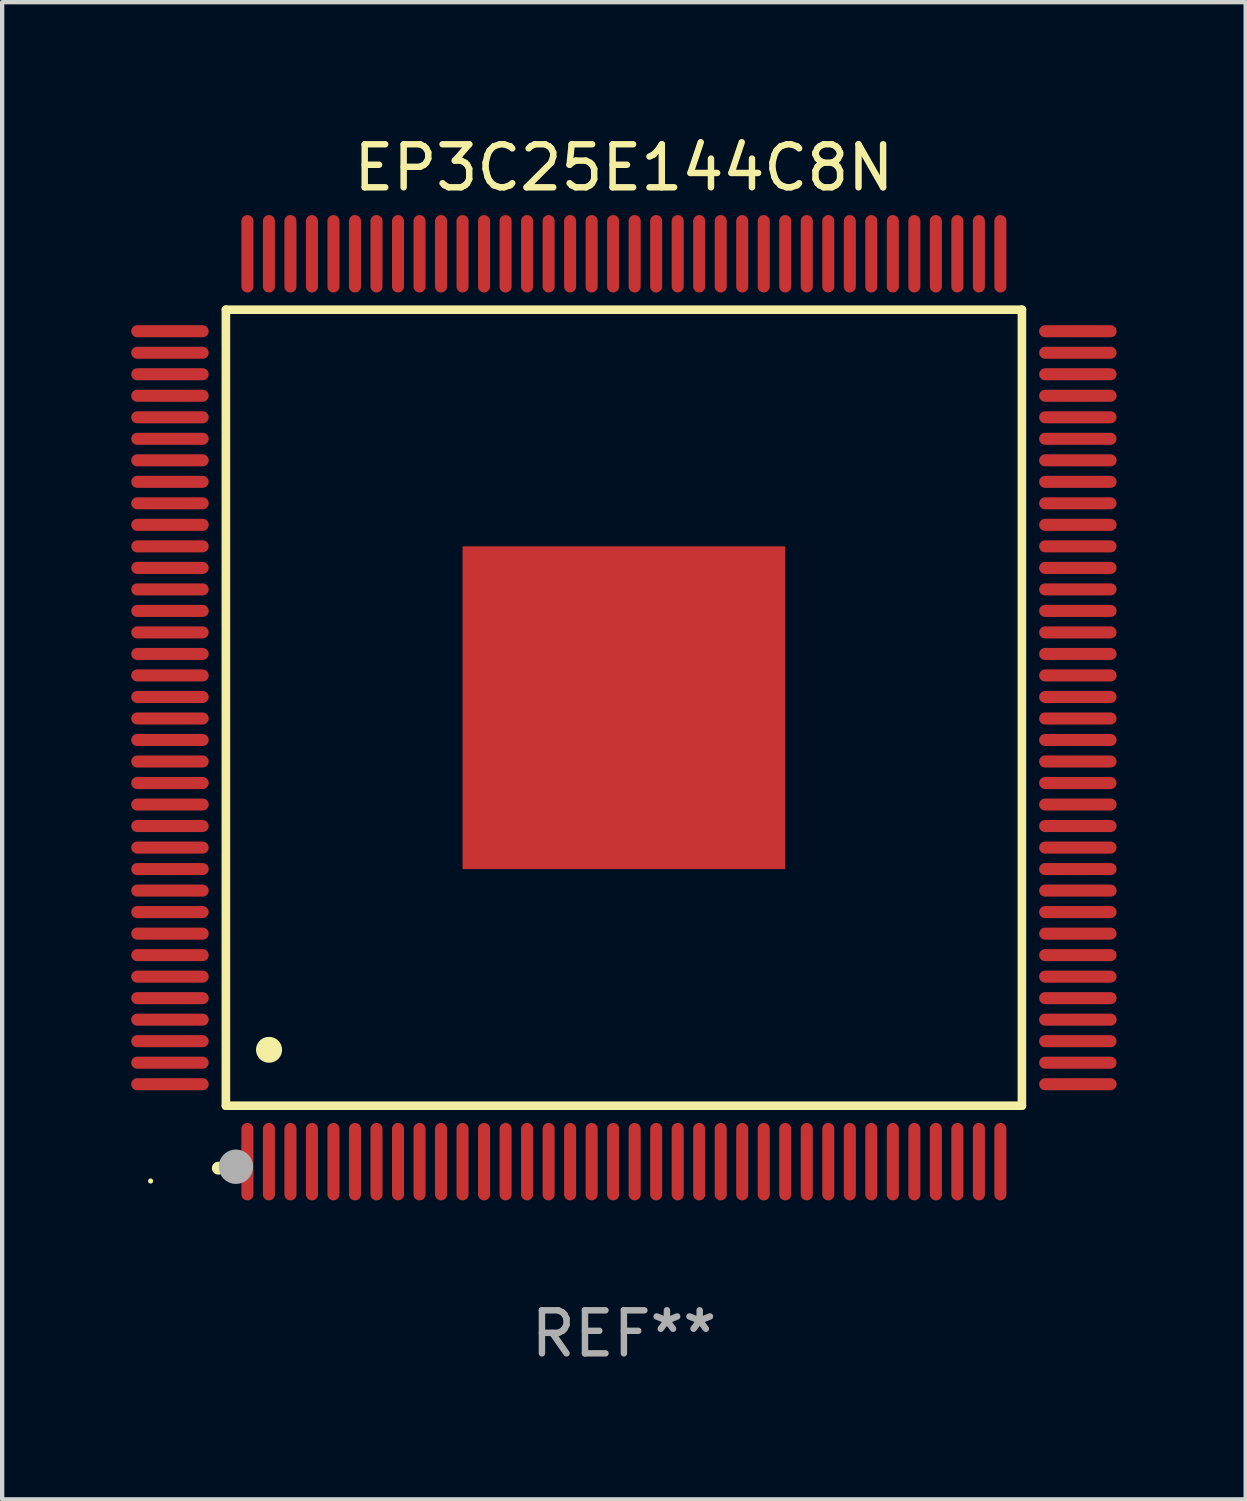
<source format=kicad_pcb>
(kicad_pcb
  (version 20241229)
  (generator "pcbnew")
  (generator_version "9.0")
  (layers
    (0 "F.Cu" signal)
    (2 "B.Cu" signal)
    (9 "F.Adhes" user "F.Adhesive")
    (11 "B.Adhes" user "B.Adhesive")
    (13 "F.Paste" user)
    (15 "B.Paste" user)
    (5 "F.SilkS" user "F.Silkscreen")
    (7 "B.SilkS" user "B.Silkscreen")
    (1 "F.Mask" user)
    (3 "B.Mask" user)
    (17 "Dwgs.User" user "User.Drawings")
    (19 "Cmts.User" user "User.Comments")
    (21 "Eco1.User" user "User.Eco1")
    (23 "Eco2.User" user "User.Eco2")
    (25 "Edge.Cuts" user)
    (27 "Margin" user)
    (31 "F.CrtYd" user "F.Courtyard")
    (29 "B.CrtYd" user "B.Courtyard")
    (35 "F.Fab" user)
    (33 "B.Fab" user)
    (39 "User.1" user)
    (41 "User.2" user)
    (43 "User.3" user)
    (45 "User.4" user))
  (footprint "EP3C25E144C8N"
    (layer "F.Cu")
    (at 11.45 13.398)
    (property "Reference" "EP3C25E144C8N" (at 0 -12.55 0) (layer "F.SilkS") (effects (font (size 1 1) (thickness 0.15))))
    (attr through_hole)
    (fp_line (start -9.25 -9.25) (end 9.25 -9.25) (stroke (width 0.2) (type solid)) (layer "F.SilkS"))
    (fp_line (start -9.25 9.25) (end -9.25 -9.25) (stroke (width 0.2) (type solid)) (layer "F.SilkS"))
    (fp_line (start 9.25 -9.25) (end 9.25 9.25) (stroke (width 0.2) (type solid)) (layer "F.SilkS"))
    (fp_line (start 9.25 9.25) (end -9.25 9.25) (stroke (width 0.2) (type solid)) (layer "F.SilkS"))
    (fp_arc (start -9.425959 10.701041) (mid -9.424689 10.701036) (end -9.423419 10.701041) (stroke (width 0.3) (type solid)) (layer "F.SilkS"))
    (fp_arc (start -8.249936 7.950216) (mid -8.247396 7.950205) (end -8.244856 7.950216) (stroke (width 0.6) (type solid)) (layer "F.SilkS"))
    (fp_circle (center -11 11) (end -10.97 11) (stroke (width 0.06) (type solid)) (fill no) (layer "F.SilkS"))
    (fp_circle (center -9.017 10.668) (end -8.817 10.668) (stroke (width 0.4) (type solid)) (fill no) (layer "F.Fab"))
    (fp_text user "REF**" (at 0 14.55 0) (layer "F.Fab") (effects (font (size 1 1) (thickness 0.15))))
    (pad "1" smd oval (at -8.75 10.55 180) (size 0.28 1.8) (layers "F.Cu" "F.Mask" "F.Paste"))
    (pad "2" smd oval (at -8.25 10.55 180) (size 0.28 1.8) (layers "F.Cu" "F.Mask" "F.Paste"))
    (pad "3" smd oval (at -7.75 10.55 180) (size 0.28 1.8) (layers "F.Cu" "F.Mask" "F.Paste"))
    (pad "4" smd oval (at -7.25 10.55 180) (size 0.28 1.8) (layers "F.Cu" "F.Mask" "F.Paste"))
    (pad "5" smd oval (at -6.75 10.55 180) (size 0.28 1.8) (layers "F.Cu" "F.Mask" "F.Paste"))
    (pad "6" smd oval (at -6.25 10.55 180) (size 0.28 1.8) (layers "F.Cu" "F.Mask" "F.Paste"))
    (pad "7" smd oval (at -5.75 10.55 180) (size 0.28 1.8) (layers "F.Cu" "F.Mask" "F.Paste"))
    (pad "8" smd oval (at -5.25 10.55 180) (size 0.28 1.8) (layers "F.Cu" "F.Mask" "F.Paste"))
    (pad "9" smd oval (at -4.75 10.55 180) (size 0.28 1.8) (layers "F.Cu" "F.Mask" "F.Paste"))
    (pad "10" smd oval (at -4.25 10.55 180) (size 0.28 1.8) (layers "F.Cu" "F.Mask" "F.Paste"))
    (pad "11" smd oval (at -3.75 10.55 180) (size 0.28 1.8) (layers "F.Cu" "F.Mask" "F.Paste"))
    (pad "12" smd oval (at -3.25 10.55 180) (size 0.28 1.8) (layers "F.Cu" "F.Mask" "F.Paste"))
    (pad "13" smd oval (at -2.75 10.55 180) (size 0.28 1.8) (layers "F.Cu" "F.Mask" "F.Paste"))
    (pad "14" smd oval (at -2.25 10.55 180) (size 0.28 1.8) (layers "F.Cu" "F.Mask" "F.Paste"))
    (pad "15" smd oval (at -1.75 10.55 180) (size 0.28 1.8) (layers "F.Cu" "F.Mask" "F.Paste"))
    (pad "16" smd oval (at -1.25 10.55 180) (size 0.28 1.8) (layers "F.Cu" "F.Mask" "F.Paste"))
    (pad "17" smd oval (at -0.75 10.55 180) (size 0.28 1.8) (layers "F.Cu" "F.Mask" "F.Paste"))
    (pad "18" smd oval (at -0.25 10.55 180) (size 0.28 1.8) (layers "F.Cu" "F.Mask" "F.Paste"))
    (pad "19" smd oval (at 0.25 10.55 180) (size 0.28 1.8) (layers "F.Cu" "F.Mask" "F.Paste"))
    (pad "20" smd oval (at 0.75 10.55 180) (size 0.28 1.8) (layers "F.Cu" "F.Mask" "F.Paste"))
    (pad "21" smd oval (at 1.25 10.55 180) (size 0.28 1.8) (layers "F.Cu" "F.Mask" "F.Paste"))
    (pad "22" smd oval (at 1.75 10.55 180) (size 0.28 1.8) (layers "F.Cu" "F.Mask" "F.Paste"))
    (pad "23" smd oval (at 2.25 10.55 180) (size 0.28 1.8) (layers "F.Cu" "F.Mask" "F.Paste"))
    (pad "24" smd oval (at 2.75 10.55 180) (size 0.28 1.8) (layers "F.Cu" "F.Mask" "F.Paste"))
    (pad "25" smd oval (at 3.25 10.55 180) (size 0.28 1.8) (layers "F.Cu" "F.Mask" "F.Paste"))
    (pad "26" smd oval (at 3.75 10.55 180) (size 0.28 1.8) (layers "F.Cu" "F.Mask" "F.Paste"))
    (pad "27" smd oval (at 4.25 10.55 180) (size 0.28 1.8) (layers "F.Cu" "F.Mask" "F.Paste"))
    (pad "28" smd oval (at 4.75 10.55 180) (size 0.28 1.8) (layers "F.Cu" "F.Mask" "F.Paste"))
    (pad "29" smd oval (at 5.25 10.55 180) (size 0.28 1.8) (layers "F.Cu" "F.Mask" "F.Paste"))
    (pad "30" smd oval (at 5.75 10.55 180) (size 0.28 1.8) (layers "F.Cu" "F.Mask" "F.Paste"))
    (pad "31" smd oval (at 6.25 10.55 180) (size 0.28 1.8) (layers "F.Cu" "F.Mask" "F.Paste"))
    (pad "32" smd oval (at 6.75 10.55 180) (size 0.28 1.8) (layers "F.Cu" "F.Mask" "F.Paste"))
    (pad "33" smd oval (at 7.25 10.55 180) (size 0.28 1.8) (layers "F.Cu" "F.Mask" "F.Paste"))
    (pad "34" smd oval (at 7.75 10.55 180) (size 0.28 1.8) (layers "F.Cu" "F.Mask" "F.Paste"))
    (pad "35" smd oval (at 8.25 10.55 180) (size 0.28 1.8) (layers "F.Cu" "F.Mask" "F.Paste"))
    (pad "36" smd oval (at 8.75 10.55 180) (size 0.28 1.8) (layers "F.Cu" "F.Mask" "F.Paste"))
    (pad "37" smd oval (at 10.55 8.75 90) (size 0.28 1.8) (layers "F.Cu" "F.Mask" "F.Paste"))
    (pad "38" smd oval (at 10.55 8.25 90) (size 0.28 1.8) (layers "F.Cu" "F.Mask" "F.Paste"))
    (pad "39" smd oval (at 10.55 7.75 90) (size 0.28 1.8) (layers "F.Cu" "F.Mask" "F.Paste"))
    (pad "40" smd oval (at 10.55 7.25 90) (size 0.28 1.8) (layers "F.Cu" "F.Mask" "F.Paste"))
    (pad "41" smd oval (at 10.55 6.75 90) (size 0.28 1.8) (layers "F.Cu" "F.Mask" "F.Paste"))
    (pad "42" smd oval (at 10.55 6.25 90) (size 0.28 1.8) (layers "F.Cu" "F.Mask" "F.Paste"))
    (pad "43" smd oval (at 10.55 5.75 90) (size 0.28 1.8) (layers "F.Cu" "F.Mask" "F.Paste"))
    (pad "44" smd oval (at 10.55 5.25 90) (size 0.28 1.8) (layers "F.Cu" "F.Mask" "F.Paste"))
    (pad "45" smd oval (at 10.55 4.75 90) (size 0.28 1.8) (layers "F.Cu" "F.Mask" "F.Paste"))
    (pad "46" smd oval (at 10.55 4.25 90) (size 0.28 1.8) (layers "F.Cu" "F.Mask" "F.Paste"))
    (pad "47" smd oval (at 10.55 3.75 90) (size 0.28 1.8) (layers "F.Cu" "F.Mask" "F.Paste"))
    (pad "48" smd oval (at 10.55 3.25 90) (size 0.28 1.8) (layers "F.Cu" "F.Mask" "F.Paste"))
    (pad "49" smd oval (at 10.55 2.75 90) (size 0.28 1.8) (layers "F.Cu" "F.Mask" "F.Paste"))
    (pad "50" smd oval (at 10.55 2.25 90) (size 0.28 1.8) (layers "F.Cu" "F.Mask" "F.Paste"))
    (pad "51" smd oval (at 10.55 1.75 90) (size 0.28 1.8) (layers "F.Cu" "F.Mask" "F.Paste"))
    (pad "52" smd oval (at 10.55 1.25 90) (size 0.28 1.8) (layers "F.Cu" "F.Mask" "F.Paste"))
    (pad "53" smd oval (at 10.55 0.75 90) (size 0.28 1.8) (layers "F.Cu" "F.Mask" "F.Paste"))
    (pad "54" smd oval (at 10.55 0.25 90) (size 0.28 1.8) (layers "F.Cu" "F.Mask" "F.Paste"))
    (pad "55" smd oval (at 10.55 -0.25 90) (size 0.28 1.8) (layers "F.Cu" "F.Mask" "F.Paste"))
    (pad "56" smd oval (at 10.55 -0.75 90) (size 0.28 1.8) (layers "F.Cu" "F.Mask" "F.Paste"))
    (pad "57" smd oval (at 10.55 -1.25 90) (size 0.28 1.8) (layers "F.Cu" "F.Mask" "F.Paste"))
    (pad "58" smd oval (at 10.55 -1.75 90) (size 0.28 1.8) (layers "F.Cu" "F.Mask" "F.Paste"))
    (pad "59" smd oval (at 10.55 -2.25 90) (size 0.28 1.8) (layers "F.Cu" "F.Mask" "F.Paste"))
    (pad "60" smd oval (at 10.55 -2.75 90) (size 0.28 1.8) (layers "F.Cu" "F.Mask" "F.Paste"))
    (pad "61" smd oval (at 10.55 -3.25 90) (size 0.28 1.8) (layers "F.Cu" "F.Mask" "F.Paste"))
    (pad "62" smd oval (at 10.55 -3.75 90) (size 0.28 1.8) (layers "F.Cu" "F.Mask" "F.Paste"))
    (pad "63" smd oval (at 10.55 -4.25 90) (size 0.28 1.8) (layers "F.Cu" "F.Mask" "F.Paste"))
    (pad "64" smd oval (at 10.55 -4.75 90) (size 0.28 1.8) (layers "F.Cu" "F.Mask" "F.Paste"))
    (pad "65" smd oval (at 10.55 -5.25 90) (size 0.28 1.8) (layers "F.Cu" "F.Mask" "F.Paste"))
    (pad "66" smd oval (at 10.55 -5.75 90) (size 0.28 1.8) (layers "F.Cu" "F.Mask" "F.Paste"))
    (pad "67" smd oval (at 10.55 -6.25 90) (size 0.28 1.8) (layers "F.Cu" "F.Mask" "F.Paste"))
    (pad "68" smd oval (at 10.55 -6.75 90) (size 0.28 1.8) (layers "F.Cu" "F.Mask" "F.Paste"))
    (pad "69" smd oval (at 10.55 -7.25 90) (size 0.28 1.8) (layers "F.Cu" "F.Mask" "F.Paste"))
    (pad "70" smd oval (at 10.55 -7.75 90) (size 0.28 1.8) (layers "F.Cu" "F.Mask" "F.Paste"))
    (pad "71" smd oval (at 10.55 -8.25 90) (size 0.28 1.8) (layers "F.Cu" "F.Mask" "F.Paste"))
    (pad "72" smd oval (at 10.55 -8.75 90) (size 0.28 1.8) (layers "F.Cu" "F.Mask" "F.Paste"))
    (pad "73" smd oval (at 8.75 -10.55 180) (size 0.28 1.8) (layers "F.Cu" "F.Mask" "F.Paste"))
    (pad "74" smd oval (at 8.25 -10.55 180) (size 0.28 1.8) (layers "F.Cu" "F.Mask" "F.Paste"))
    (pad "75" smd oval (at 7.75 -10.55 180) (size 0.28 1.8) (layers "F.Cu" "F.Mask" "F.Paste"))
    (pad "76" smd oval (at 7.25 -10.55 180) (size 0.28 1.8) (layers "F.Cu" "F.Mask" "F.Paste"))
    (pad "77" smd oval (at 6.75 -10.55 180) (size 0.28 1.8) (layers "F.Cu" "F.Mask" "F.Paste"))
    (pad "78" smd oval (at 6.25 -10.55 180) (size 0.28 1.8) (layers "F.Cu" "F.Mask" "F.Paste"))
    (pad "79" smd oval (at 5.75 -10.55 180) (size 0.28 1.8) (layers "F.Cu" "F.Mask" "F.Paste"))
    (pad "80" smd oval (at 5.25 -10.55 180) (size 0.28 1.8) (layers "F.Cu" "F.Mask" "F.Paste"))
    (pad "81" smd oval (at 4.75 -10.55 180) (size 0.28 1.8) (layers "F.Cu" "F.Mask" "F.Paste"))
    (pad "82" smd oval (at 4.25 -10.55 180) (size 0.28 1.8) (layers "F.Cu" "F.Mask" "F.Paste"))
    (pad "83" smd oval (at 3.75 -10.55 180) (size 0.28 1.8) (layers "F.Cu" "F.Mask" "F.Paste"))
    (pad "84" smd oval (at 3.25 -10.55 180) (size 0.28 1.8) (layers "F.Cu" "F.Mask" "F.Paste"))
    (pad "85" smd oval (at 2.75 -10.55 180) (size 0.28 1.8) (layers "F.Cu" "F.Mask" "F.Paste"))
    (pad "86" smd oval (at 2.25 -10.55 180) (size 0.28 1.8) (layers "F.Cu" "F.Mask" "F.Paste"))
    (pad "87" smd oval (at 1.75 -10.55 180) (size 0.28 1.8) (layers "F.Cu" "F.Mask" "F.Paste"))
    (pad "88" smd oval (at 1.25 -10.55 180) (size 0.28 1.8) (layers "F.Cu" "F.Mask" "F.Paste"))
    (pad "89" smd oval (at 0.75 -10.55 180) (size 0.28 1.8) (layers "F.Cu" "F.Mask" "F.Paste"))
    (pad "90" smd oval (at 0.25 -10.55 180) (size 0.28 1.8) (layers "F.Cu" "F.Mask" "F.Paste"))
    (pad "91" smd oval (at -0.25 -10.55 180) (size 0.28 1.8) (layers "F.Cu" "F.Mask" "F.Paste"))
    (pad "92" smd oval (at -0.75 -10.55 180) (size 0.28 1.8) (layers "F.Cu" "F.Mask" "F.Paste"))
    (pad "93" smd oval (at -1.25 -10.55 180) (size 0.28 1.8) (layers "F.Cu" "F.Mask" "F.Paste"))
    (pad "94" smd oval (at -1.75 -10.55 180) (size 0.28 1.8) (layers "F.Cu" "F.Mask" "F.Paste"))
    (pad "95" smd oval (at -2.25 -10.55 180) (size 0.28 1.8) (layers "F.Cu" "F.Mask" "F.Paste"))
    (pad "96" smd oval (at -2.75 -10.55 180) (size 0.28 1.8) (layers "F.Cu" "F.Mask" "F.Paste"))
    (pad "97" smd oval (at -3.25 -10.55 180) (size 0.28 1.8) (layers "F.Cu" "F.Mask" "F.Paste"))
    (pad "98" smd oval (at -3.75 -10.55 180) (size 0.28 1.8) (layers "F.Cu" "F.Mask" "F.Paste"))
    (pad "99" smd oval (at -4.25 -10.55 180) (size 0.28 1.8) (layers "F.Cu" "F.Mask" "F.Paste"))
    (pad "100" smd oval (at -4.75 -10.55 180) (size 0.28 1.8) (layers "F.Cu" "F.Mask" "F.Paste"))
    (pad "101" smd oval (at -5.25 -10.55 180) (size 0.28 1.8) (layers "F.Cu" "F.Mask" "F.Paste"))
    (pad "102" smd oval (at -5.75 -10.55 180) (size 0.28 1.8) (layers "F.Cu" "F.Mask" "F.Paste"))
    (pad "103" smd oval (at -6.25 -10.55 180) (size 0.28 1.8) (layers "F.Cu" "F.Mask" "F.Paste"))
    (pad "104" smd oval (at -6.75 -10.55 180) (size 0.28 1.8) (layers "F.Cu" "F.Mask" "F.Paste"))
    (pad "105" smd oval (at -7.25 -10.55 180) (size 0.28 1.8) (layers "F.Cu" "F.Mask" "F.Paste"))
    (pad "106" smd oval (at -7.75 -10.55 180) (size 0.28 1.8) (layers "F.Cu" "F.Mask" "F.Paste"))
    (pad "107" smd oval (at -8.25 -10.55 180) (size 0.28 1.8) (layers "F.Cu" "F.Mask" "F.Paste"))
    (pad "108" smd oval (at -8.75 -10.55 180) (size 0.28 1.8) (layers "F.Cu" "F.Mask" "F.Paste"))
    (pad "109" smd oval (at -10.55 -8.75 90) (size 0.28 1.8) (layers "F.Cu" "F.Mask" "F.Paste"))
    (pad "110" smd oval (at -10.55 -8.25 90) (size 0.28 1.8) (layers "F.Cu" "F.Mask" "F.Paste"))
    (pad "111" smd oval (at -10.55 -7.75 90) (size 0.28 1.8) (layers "F.Cu" "F.Mask" "F.Paste"))
    (pad "112" smd oval (at -10.55 -7.25 90) (size 0.28 1.8) (layers "F.Cu" "F.Mask" "F.Paste"))
    (pad "113" smd oval (at -10.55 -6.75 90) (size 0.28 1.8) (layers "F.Cu" "F.Mask" "F.Paste"))
    (pad "114" smd oval (at -10.55 -6.25 90) (size 0.28 1.8) (layers "F.Cu" "F.Mask" "F.Paste"))
    (pad "115" smd oval (at -10.55 -5.75 90) (size 0.28 1.8) (layers "F.Cu" "F.Mask" "F.Paste"))
    (pad "116" smd oval (at -10.55 -5.25 90) (size 0.28 1.8) (layers "F.Cu" "F.Mask" "F.Paste"))
    (pad "117" smd oval (at -10.55 -4.75 90) (size 0.28 1.8) (layers "F.Cu" "F.Mask" "F.Paste"))
    (pad "118" smd oval (at -10.55 -4.25 90) (size 0.28 1.8) (layers "F.Cu" "F.Mask" "F.Paste"))
    (pad "119" smd oval (at -10.55 -3.75 90) (size 0.28 1.8) (layers "F.Cu" "F.Mask" "F.Paste"))
    (pad "120" smd oval (at -10.55 -3.25 90) (size 0.28 1.8) (layers "F.Cu" "F.Mask" "F.Paste"))
    (pad "121" smd oval (at -10.55 -2.75 90) (size 0.28 1.8) (layers "F.Cu" "F.Mask" "F.Paste"))
    (pad "122" smd oval (at -10.55 -2.25 90) (size 0.28 1.8) (layers "F.Cu" "F.Mask" "F.Paste"))
    (pad "123" smd oval (at -10.55 -1.75 90) (size 0.28 1.8) (layers "F.Cu" "F.Mask" "F.Paste"))
    (pad "124" smd oval (at -10.55 -1.25 90) (size 0.28 1.8) (layers "F.Cu" "F.Mask" "F.Paste"))
    (pad "125" smd oval (at -10.55 -0.75 90) (size 0.28 1.8) (layers "F.Cu" "F.Mask" "F.Paste"))
    (pad "126" smd oval (at -10.55 -0.25 90) (size 0.28 1.8) (layers "F.Cu" "F.Mask" "F.Paste"))
    (pad "127" smd oval (at -10.55 0.25 90) (size 0.28 1.8) (layers "F.Cu" "F.Mask" "F.Paste"))
    (pad "128" smd oval (at -10.55 0.75 90) (size 0.28 1.8) (layers "F.Cu" "F.Mask" "F.Paste"))
    (pad "129" smd oval (at -10.55 1.25 90) (size 0.28 1.8) (layers "F.Cu" "F.Mask" "F.Paste"))
    (pad "130" smd oval (at -10.55 1.75 90) (size 0.28 1.8) (layers "F.Cu" "F.Mask" "F.Paste"))
    (pad "131" smd oval (at -10.55 2.25 90) (size 0.28 1.8) (layers "F.Cu" "F.Mask" "F.Paste"))
    (pad "132" smd oval (at -10.55 2.75 90) (size 0.28 1.8) (layers "F.Cu" "F.Mask" "F.Paste"))
    (pad "133" smd oval (at -10.55 3.25 90) (size 0.28 1.8) (layers "F.Cu" "F.Mask" "F.Paste"))
    (pad "134" smd oval (at -10.55 3.75 90) (size 0.28 1.8) (layers "F.Cu" "F.Mask" "F.Paste"))
    (pad "135" smd oval (at -10.55 4.25 90) (size 0.28 1.8) (layers "F.Cu" "F.Mask" "F.Paste"))
    (pad "136" smd oval (at -10.55 4.75 90) (size 0.28 1.8) (layers "F.Cu" "F.Mask" "F.Paste"))
    (pad "137" smd oval (at -10.55 5.25 90) (size 0.28 1.8) (layers "F.Cu" "F.Mask" "F.Paste"))
    (pad "138" smd oval (at -10.55 5.75 90) (size 0.28 1.8) (layers "F.Cu" "F.Mask" "F.Paste"))
    (pad "139" smd oval (at -10.55 6.25 90) (size 0.28 1.8) (layers "F.Cu" "F.Mask" "F.Paste"))
    (pad "140" smd oval (at -10.55 6.75 90) (size 0.28 1.8) (layers "F.Cu" "F.Mask" "F.Paste"))
    (pad "141" smd oval (at -10.55 7.25 90) (size 0.28 1.8) (layers "F.Cu" "F.Mask" "F.Paste"))
    (pad "142" smd oval (at -10.55 7.75 90) (size 0.28 1.8) (layers "F.Cu" "F.Mask" "F.Paste"))
    (pad "143" smd oval (at -10.55 8.25 90) (size 0.28 1.8) (layers "F.Cu" "F.Mask" "F.Paste"))
    (pad "144" smd oval (at -10.55 8.75 90) (size 0.28 1.8) (layers "F.Cu" "F.Mask" "F.Paste"))
    (pad "145" smd rect (at 0 0 90) (size 7.5 7.5) (layers "F.Cu" "F.Mask" "F.Paste")))
  (gr_rect
    (start -3 -3)
    (end 25.9 31.796)
    (stroke (width 0.1) (type default))
    (fill no)
    (layer "Edge.Cuts")))
</source>
